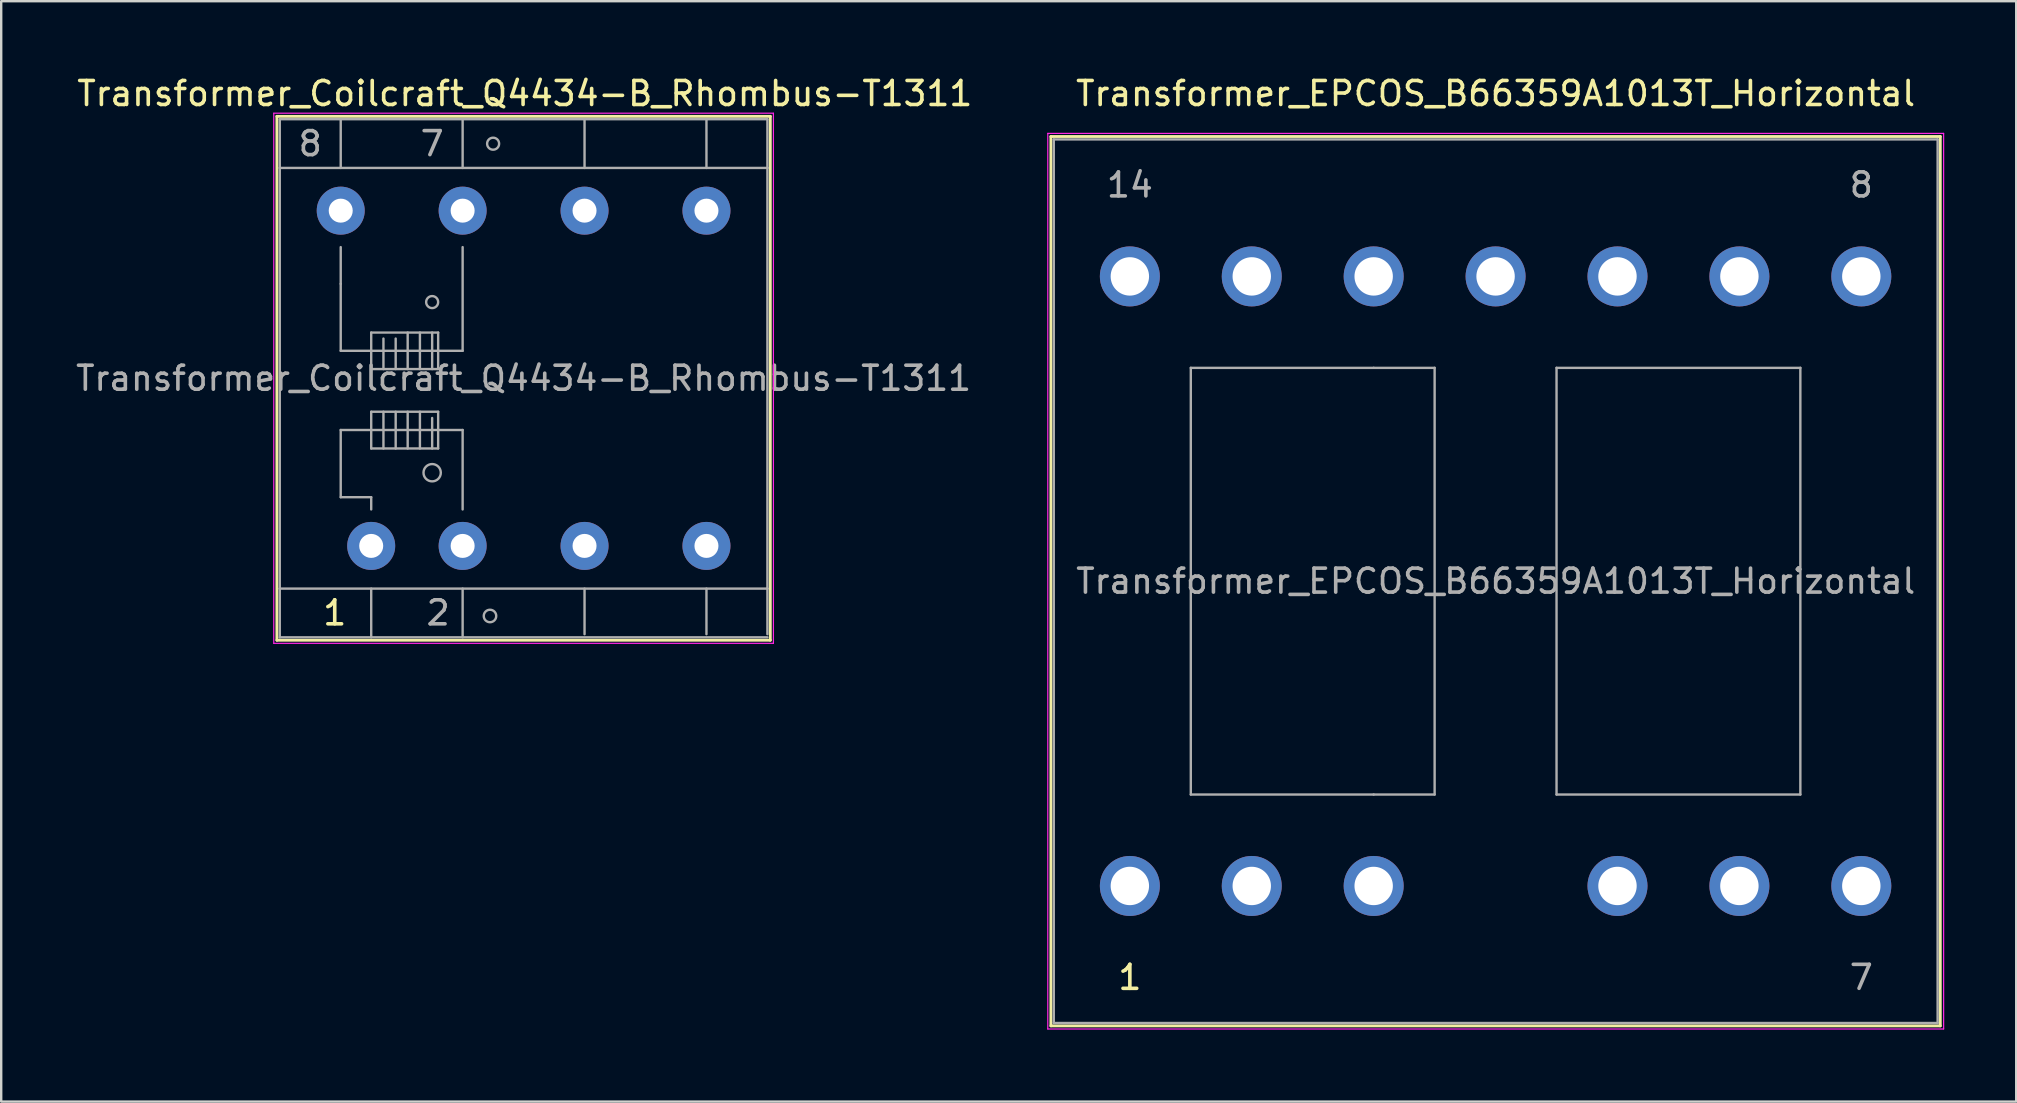
<source format=kicad_pcb>
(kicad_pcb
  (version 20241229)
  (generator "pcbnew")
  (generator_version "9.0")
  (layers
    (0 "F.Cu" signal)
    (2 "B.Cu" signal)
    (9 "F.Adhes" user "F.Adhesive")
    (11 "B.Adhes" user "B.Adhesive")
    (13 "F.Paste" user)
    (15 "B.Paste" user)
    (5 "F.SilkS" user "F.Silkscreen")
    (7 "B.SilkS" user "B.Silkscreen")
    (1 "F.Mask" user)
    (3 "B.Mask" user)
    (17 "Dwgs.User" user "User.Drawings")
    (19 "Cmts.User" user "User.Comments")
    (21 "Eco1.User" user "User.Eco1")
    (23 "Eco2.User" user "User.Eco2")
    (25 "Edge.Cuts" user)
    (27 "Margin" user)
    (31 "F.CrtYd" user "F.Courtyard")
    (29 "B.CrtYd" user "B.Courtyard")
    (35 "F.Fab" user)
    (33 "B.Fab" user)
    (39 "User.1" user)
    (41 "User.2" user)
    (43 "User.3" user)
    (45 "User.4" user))
  (footprint "Transformer_Coilcraft_Q4434-B_Rhombus-T1311"
    (layer "F.Cu")
    (at 12.418 19.698)
    (property "Reference" "Transformer_Coilcraft_Q4434-B_Rhombus-T1311" (at 6.4 -18.85 0) (layer "F.SilkS") (effects (font (size 1 1) (thickness 0.15))))
    (attr through_hole)
    (fp_line (start -3.93 -17.9) (end -3.93 3.93) (stroke (width 0.12) (type solid)) (layer "F.SilkS"))
    (fp_line (start -3.93 -17.9) (end 16.63 -17.9) (stroke (width 0.12) (type solid)) (layer "F.SilkS"))
    (fp_line (start 16.63 3.93) (end -3.93 3.93) (stroke (width 0.12) (type solid)) (layer "F.SilkS"))
    (fp_line (start 16.63 3.93) (end 16.63 -17.9) (stroke (width 0.12) (type solid)) (layer "F.SilkS"))
    (fp_line (start -4.06 -18.03) (end -4.06 4.06) (stroke (width 0.05) (type solid)) (layer "F.CrtYd"))
    (fp_line (start -4.06 -18.03) (end 16.76 -18.03) (stroke (width 0.05) (type solid)) (layer "F.CrtYd"))
    (fp_line (start 16.76 4.06) (end -4.06 4.06) (stroke (width 0.05) (type solid)) (layer "F.CrtYd"))
    (fp_line (start 16.76 4.06) (end 16.76 -18.03) (stroke (width 0.05) (type solid)) (layer "F.CrtYd"))
    (fp_line (start -3.81 -17.78) (end -3.81 -15.75) (stroke (width 0.1) (type solid)) (layer "F.Fab"))
    (fp_line (start -3.81 -15.75) (end -3.81 1.78) (stroke (width 0.1) (type solid)) (layer "F.Fab"))
    (fp_line (start -3.81 1.78) (end -3.81 3.81) (stroke (width 0.1) (type solid)) (layer "F.Fab"))
    (fp_line (start -3.81 1.78) (end 16.51 1.78) (stroke (width 0.1) (type solid)) (layer "F.Fab"))
    (fp_line (start -3.81 3.81) (end 16.51 3.81) (stroke (width 0.1) (type solid)) (layer "F.Fab"))
    (fp_line (start -1.27 -15.75) (end -1.27 -17.78) (stroke (width 0.1) (type solid)) (layer "F.Fab"))
    (fp_line (start -1.27 -12.45) (end -1.27 -10.92) (stroke (width 0.1) (type solid)) (layer "F.Fab"))
    (fp_line (start -1.27 -10.92) (end -1.27 -8.13) (stroke (width 0.1) (type solid)) (layer "F.Fab"))
    (fp_line (start -1.27 -8.13) (end 3.81 -8.13) (stroke (width 0.1) (type solid)) (layer "F.Fab"))
    (fp_line (start -1.27 -4.83) (end -1.27 -2.03) (stroke (width 0.1) (type solid)) (layer "F.Fab"))
    (fp_line (start -1.27 -2.03) (end 0 -2.03) (stroke (width 0.1) (type solid)) (layer "F.Fab"))
    (fp_line (start 0 -8.89) (end 2.79 -8.89) (stroke (width 0.1) (type solid)) (layer "F.Fab"))
    (fp_line (start 0 -7.37) (end 0 -8.89) (stroke (width 0.1) (type solid)) (layer "F.Fab"))
    (fp_line (start 0 -5.59) (end 0 -4.06) (stroke (width 0.1) (type solid)) (layer "F.Fab"))
    (fp_line (start 0 -4.83) (end -1.27 -4.83) (stroke (width 0.1) (type solid)) (layer "F.Fab"))
    (fp_line (start 0 -4.83) (end 3.81 -4.83) (stroke (width 0.1) (type solid)) (layer "F.Fab"))
    (fp_line (start 0 -4.06) (end 2.79 -4.06) (stroke (width 0.1) (type solid)) (layer "F.Fab"))
    (fp_line (start 0 -2.03) (end 0 -1.52) (stroke (width 0.1) (type solid)) (layer "F.Fab"))
    (fp_line (start 0 1.78) (end 0 3.81) (stroke (width 0.1) (type solid)) (layer "F.Fab"))
    (fp_line (start 0.51 -8.64) (end 0.51 -7.37) (stroke (width 0.1) (type solid)) (layer "F.Fab"))
    (fp_line (start 0.51 -5.59) (end 0.51 -4.06) (stroke (width 0.1) (type solid)) (layer "F.Fab"))
    (fp_line (start 1.02 -8.64) (end 1.02 -7.37) (stroke (width 0.1) (type solid)) (layer "F.Fab"))
    (fp_line (start 1.02 -5.59) (end 1.02 -4.06) (stroke (width 0.1) (type solid)) (layer "F.Fab"))
    (fp_line (start 1.52 -8.89) (end 1.52 -7.37) (stroke (width 0.1) (type solid)) (layer "F.Fab"))
    (fp_line (start 1.52 -5.59) (end 1.52 -4.06) (stroke (width 0.1) (type solid)) (layer "F.Fab"))
    (fp_line (start 2.03 -8.89) (end 2.03 -7.37) (stroke (width 0.1) (type solid)) (layer "F.Fab"))
    (fp_line (start 2.03 -5.59) (end 2.03 -4.06) (stroke (width 0.1) (type solid)) (layer "F.Fab"))
    (fp_line (start 2.54 -8.89) (end 2.54 -7.37) (stroke (width 0.1) (type solid)) (layer "F.Fab"))
    (fp_line (start 2.54 -5.33) (end 2.54 -4.06) (stroke (width 0.1) (type solid)) (layer "F.Fab"))
    (fp_line (start 2.79 -8.89) (end 2.79 -7.37) (stroke (width 0.1) (type solid)) (layer "F.Fab"))
    (fp_line (start 2.79 -7.37) (end 0 -7.37) (stroke (width 0.1) (type solid)) (layer "F.Fab"))
    (fp_line (start 2.79 -5.59) (end 0 -5.59) (stroke (width 0.1) (type solid)) (layer "F.Fab"))
    (fp_line (start 2.79 -4.06) (end 2.79 -5.59) (stroke (width 0.1) (type solid)) (layer "F.Fab"))
    (fp_line (start 3.81 -15.75) (end 3.81 -17.78) (stroke (width 0.1) (type solid)) (layer "F.Fab"))
    (fp_line (start 3.81 -8.13) (end 3.81 -12.45) (stroke (width 0.1) (type solid)) (layer "F.Fab"))
    (fp_line (start 3.81 -4.83) (end 3.81 -1.52) (stroke (width 0.1) (type solid)) (layer "F.Fab"))
    (fp_line (start 3.81 1.78) (end 3.81 3.81) (stroke (width 0.1) (type solid)) (layer "F.Fab"))
    (fp_line (start 8.89 -15.75) (end 8.89 -17.78) (stroke (width 0.1) (type solid)) (layer "F.Fab"))
    (fp_line (start 8.89 1.78) (end 8.89 3.68) (stroke (width 0.1) (type solid)) (layer "F.Fab"))
    (fp_line (start 13.97 -15.75) (end 13.97 -17.78) (stroke (width 0.1) (type solid)) (layer "F.Fab"))
    (fp_line (start 13.97 1.78) (end 13.97 3.68) (stroke (width 0.1) (type solid)) (layer "F.Fab"))
    (fp_line (start 16.51 -17.78) (end -3.81 -17.78) (stroke (width 0.1) (type solid)) (layer "F.Fab"))
    (fp_line (start 16.51 -17.78) (end 16.51 -15.75) (stroke (width 0.1) (type solid)) (layer "F.Fab"))
    (fp_line (start 16.51 -15.75) (end -3.81 -15.75) (stroke (width 0.1) (type solid)) (layer "F.Fab"))
    (fp_line (start 16.51 1.78) (end 16.51 -15.75) (stroke (width 0.1) (type solid)) (layer "F.Fab"))
    (fp_line (start 16.51 1.78) (end 16.51 3.68) (stroke (width 0.1) (type solid)) (layer "F.Fab"))
    (fp_circle (center 2.54 -10.16) (end 2.54 -9.91) (stroke (width 0.1) (type solid)) (fill no) (layer "F.Fab"))
    (fp_circle (center 2.54 -3.05) (end 2.79 -2.79) (stroke (width 0.1) (type solid)) (fill no) (layer "F.Fab"))
    (fp_circle (center 4.95 2.92) (end 4.95 3.18) (stroke (width 0.1) (type solid)) (fill no) (layer "F.Fab"))
    (fp_circle (center 5.08 -16.76) (end 5.08 -16.51) (stroke (width 0.1) (type solid)) (fill no) (layer "F.Fab"))
    (fp_text user "1" (at -1.52 2.79 0) (layer "F.SilkS") (effects (font (size 1 1) (thickness 0.15))))
    (fp_text user "2" (at 2.79 2.79 0) (layer "F.Fab") (effects (font (size 1 1) (thickness 0.15))))
    (fp_text user "8" (at -2.54 -16.76 0) (layer "F.Fab") (effects (font (size 1 1) (thickness 0.15))))
    (fp_text user "${REFERENCE}" (at 6.35 -6.985 0) (layer "F.Fab") (effects (font (size 1 1) (thickness 0.15))))
    (fp_text user "7" (at 2.54 -16.76 0) (layer "F.Fab") (effects (font (size 1 1) (thickness 0.15))))
    (pad "1" thru_hole circle (at 0 0) (size 2 2) (drill 1) (layers "*.Cu" "*.Mask"))
    (pad "2" thru_hole circle (at 3.81 0) (size 2 2) (drill 1) (layers "*.Cu" "*.Mask"))
    (pad "3" thru_hole circle (at 8.89 0) (size 2 2) (drill 1) (layers "*.Cu" "*.Mask"))
    (pad "4" thru_hole circle (at 13.97 0) (size 2 2) (drill 1) (layers "*.Cu" "*.Mask"))
    (pad "5" thru_hole circle (at 13.97 -13.97) (size 2 2) (drill 1) (layers "*.Cu" "*.Mask"))
    (pad "6" thru_hole circle (at 8.89 -13.97) (size 2 2) (drill 1) (layers "*.Cu" "*.Mask"))
    (pad "7" thru_hole circle (at 3.81 -13.97) (size 2 2) (drill 1) (layers "*.Cu" "*.Mask"))
    (pad "8" thru_hole circle (at -1.27 -13.97) (size 2 2) (drill 1) (layers "*.Cu" "*.Mask")))
  (footprint "Transformer_EPCOS_B66359A1013T_Horizontal"
    (layer "F.Cu")
    (at 44.031 33.868)
    (property "Reference" "Transformer_EPCOS_B66359A1013T_Horizontal" (at 15.24 -33.02 0) (layer "F.SilkS") (effects (font (size 1 1) (thickness 0.15))))
    (attr through_hole)
    (fp_line (start -3.29 -31.23) (end -3.29 5.83) (stroke (width 0.12) (type solid)) (layer "F.SilkS"))
    (fp_line (start -3.29 -31.23) (end 33.77 -31.23) (stroke (width 0.12) (type solid)) (layer "F.SilkS"))
    (fp_line (start 33.77 5.83) (end -3.29 5.83) (stroke (width 0.12) (type solid)) (layer "F.SilkS"))
    (fp_line (start 33.77 5.83) (end 33.77 -31.23) (stroke (width 0.12) (type solid)) (layer "F.SilkS"))
    (fp_line (start -3.42 -31.36) (end -3.42 5.96) (stroke (width 0.05) (type solid)) (layer "F.CrtYd"))
    (fp_line (start -3.42 -31.36) (end 33.91 -31.36) (stroke (width 0.05) (type solid)) (layer "F.CrtYd"))
    (fp_line (start 33.91 5.96) (end -3.42 5.96) (stroke (width 0.05) (type solid)) (layer "F.CrtYd"))
    (fp_line (start 33.91 5.96) (end 33.91 -31.36) (stroke (width 0.05) (type solid)) (layer "F.CrtYd"))
    (fp_line (start -3.17 -31.11) (end 33.66 -31.11) (stroke (width 0.1) (type solid)) (layer "F.Fab"))
    (fp_line (start -3.17 5.71) (end -3.17 -31.11) (stroke (width 0.1) (type solid)) (layer "F.Fab"))
    (fp_line (start 2.54 -21.59) (end 2.54 -3.81) (stroke (width 0.1) (type solid)) (layer "F.Fab"))
    (fp_line (start 2.54 -3.81) (end 10.16 -3.81) (stroke (width 0.1) (type solid)) (layer "F.Fab"))
    (fp_line (start 10.16 -21.59) (end 2.54 -21.59) (stroke (width 0.1) (type solid)) (layer "F.Fab"))
    (fp_line (start 10.16 -21.59) (end 12.7 -21.59) (stroke (width 0.1) (type solid)) (layer "F.Fab"))
    (fp_line (start 12.7 -21.59) (end 12.7 -3.81) (stroke (width 0.1) (type solid)) (layer "F.Fab"))
    (fp_line (start 12.7 -3.81) (end 10.16 -3.81) (stroke (width 0.1) (type solid)) (layer "F.Fab"))
    (fp_line (start 17.78 -21.59) (end 17.78 -3.81) (stroke (width 0.1) (type solid)) (layer "F.Fab"))
    (fp_line (start 17.78 -3.81) (end 27.94 -3.81) (stroke (width 0.1) (type solid)) (layer "F.Fab"))
    (fp_line (start 27.94 -21.59) (end 17.78 -21.59) (stroke (width 0.1) (type solid)) (layer "F.Fab"))
    (fp_line (start 27.94 -3.81) (end 27.94 -21.59) (stroke (width 0.1) (type solid)) (layer "F.Fab"))
    (fp_line (start 33.66 -31.11) (end 33.66 5.71) (stroke (width 0.1) (type solid)) (layer "F.Fab"))
    (fp_line (start 33.66 5.71) (end -3.17 5.71) (stroke (width 0.1) (type solid)) (layer "F.Fab"))
    (fp_text user "1" (at 0 3.81 0) (layer "F.SilkS") (effects (font (size 1 1) (thickness 0.15))))
    (fp_text user "8" (at 30.48 -29.21 0) (layer "F.Fab") (effects (font (size 1 1) (thickness 0.15))))
    (fp_text user "14" (at 0 -29.21 0) (layer "F.Fab") (effects (font (size 1 1) (thickness 0.15))))
    (fp_text user "${REFERENCE}" (at 15.245 -12.7 0) (layer "F.Fab") (effects (font (size 1 1) (thickness 0.15))))
    (fp_text user "7" (at 30.48 3.81 0) (layer "F.Fab") (effects (font (size 1 1) (thickness 0.15))))
    (pad "1" thru_hole circle (at 0 0) (size 2.5 2.5) (drill 1.6) (layers "*.Cu" "*.Mask"))
    (pad "2" thru_hole circle (at 5.08 0) (size 2.5 2.5) (drill 1.6) (layers "*.Cu" "*.Mask"))
    (pad "3" thru_hole circle (at 10.16 0) (size 2.5 2.5) (drill 1.6) (layers "*.Cu" "*.Mask"))
    (pad "5" thru_hole circle (at 20.32 0) (size 2.5 2.5) (drill 1.6) (layers "*.Cu" "*.Mask"))
    (pad "6" thru_hole circle (at 25.4 0) (size 2.5 2.5) (drill 1.6) (layers "*.Cu" "*.Mask"))
    (pad "7" thru_hole circle (at 30.48 0) (size 2.5 2.5) (drill 1.6) (layers "*.Cu" "*.Mask"))
    (pad "8" thru_hole circle (at 30.48 -25.4) (size 2.5 2.5) (drill 1.6) (layers "*.Cu" "*.Mask"))
    (pad "9" thru_hole circle (at 25.4 -25.4) (size 2.5 2.5) (drill 1.6) (layers "*.Cu" "*.Mask"))
    (pad "10" thru_hole circle (at 20.32 -25.4) (size 2.5 2.5) (drill 1.6) (layers "*.Cu" "*.Mask"))
    (pad "11" thru_hole circle (at 15.24 -25.4) (size 2.5 2.5) (drill 1.6) (layers "*.Cu" "*.Mask"))
    (pad "12" thru_hole circle (at 10.16 -25.4) (size 2.5 2.5) (drill 1.6) (layers "*.Cu" "*.Mask"))
    (pad "13" thru_hole circle (at 5.08 -25.4) (size 2.5 2.5) (drill 1.6) (layers "*.Cu" "*.Mask"))
    (pad "14" thru_hole circle (at 0 -25.4) (size 2.5 2.5) (drill 1.6) (layers "*.Cu" "*.Mask")))
  (gr_rect
    (start -3 -3)
    (end 80.966 42.853)
    (stroke (width 0.1) (type default))
    (fill no)
    (layer "Edge.Cuts")))
</source>
